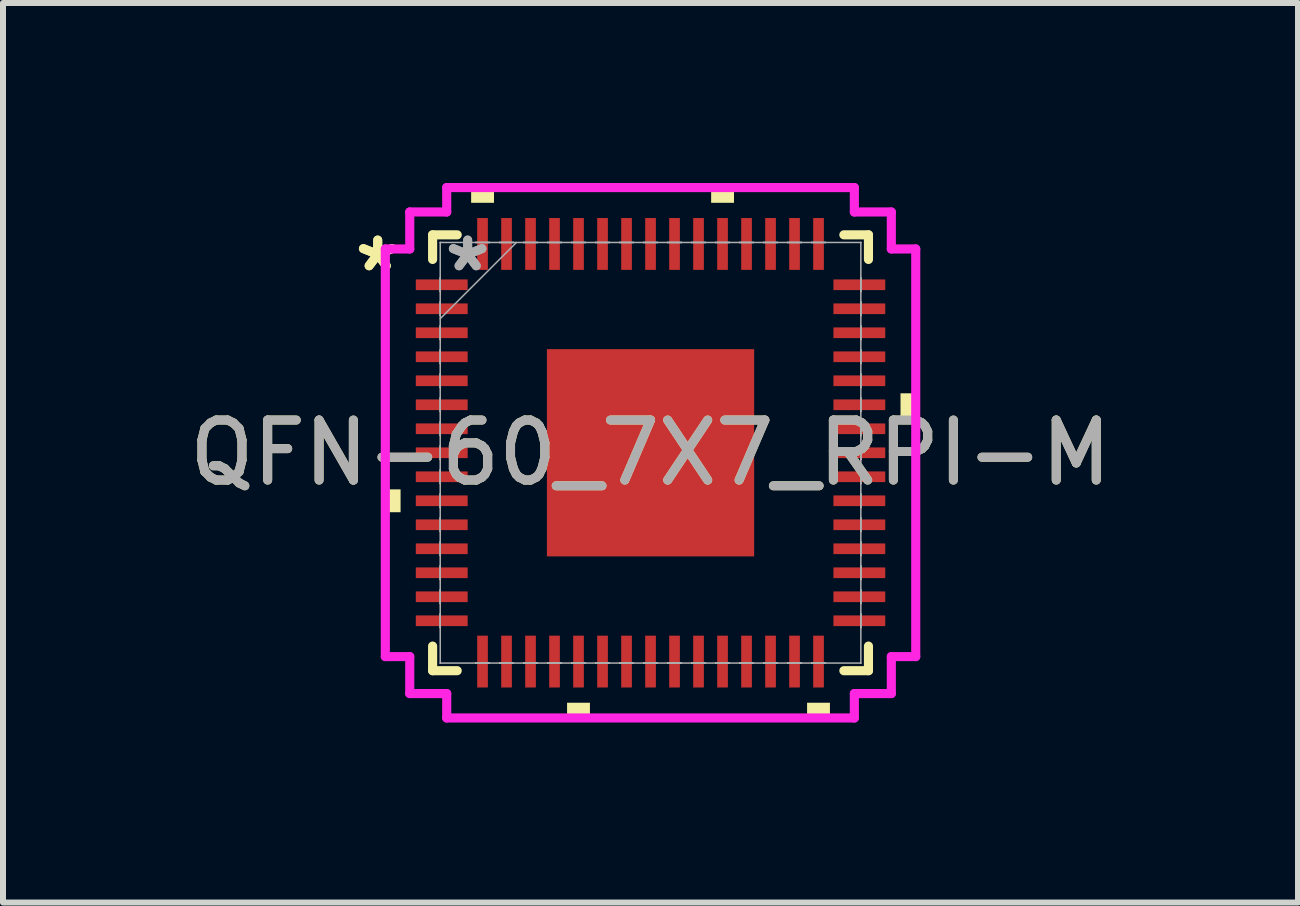
<source format=kicad_pcb>
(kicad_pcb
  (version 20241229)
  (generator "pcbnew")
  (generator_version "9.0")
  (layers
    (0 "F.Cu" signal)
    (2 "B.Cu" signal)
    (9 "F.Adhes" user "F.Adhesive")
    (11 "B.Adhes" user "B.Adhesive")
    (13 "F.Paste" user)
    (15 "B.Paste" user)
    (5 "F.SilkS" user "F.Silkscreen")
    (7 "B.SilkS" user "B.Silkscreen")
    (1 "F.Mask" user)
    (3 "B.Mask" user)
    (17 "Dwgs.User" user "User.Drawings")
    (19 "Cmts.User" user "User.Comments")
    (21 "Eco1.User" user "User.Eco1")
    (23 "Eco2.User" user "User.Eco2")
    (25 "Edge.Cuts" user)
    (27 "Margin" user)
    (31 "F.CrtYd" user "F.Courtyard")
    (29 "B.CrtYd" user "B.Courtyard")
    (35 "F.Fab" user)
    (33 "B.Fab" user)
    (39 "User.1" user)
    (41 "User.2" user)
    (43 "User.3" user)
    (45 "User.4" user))
  (footprint "QFN-60_7X7_RPI-M"
    (layer "F.Cu")
    (at 7.792 4.496)
    (property "Reference" "QFN-60_7X7_RPI-M" (at 0 0 0) (unlocked yes) (layer "F.SilkS") (effects (font (size 1 1) (thickness 0.15))))
    (attr smd)
    (fp_line (start -3.632 -3.632) (end -3.632 -3.222) (stroke (width 0.152) (type solid)) (layer "F.SilkS"))
    (fp_line (start -3.632 3.222) (end -3.632 3.632) (stroke (width 0.152) (type solid)) (layer "F.SilkS"))
    (fp_line (start -3.632 3.632) (end -3.222 3.632) (stroke (width 0.152) (type solid)) (layer "F.SilkS"))
    (fp_line (start -3.222 -3.632) (end -3.632 -3.632) (stroke (width 0.152) (type solid)) (layer "F.SilkS"))
    (fp_line (start 3.222 3.632) (end 3.632 3.632) (stroke (width 0.152) (type solid)) (layer "F.SilkS"))
    (fp_line (start 3.632 -3.632) (end 3.222 -3.632) (stroke (width 0.152) (type solid)) (layer "F.SilkS"))
    (fp_line (start 3.632 -3.222) (end 3.632 -3.632) (stroke (width 0.152) (type solid)) (layer "F.SilkS"))
    (fp_line (start 3.632 3.632) (end 3.632 3.222) (stroke (width 0.152) (type solid)) (layer "F.SilkS"))
    (fp_poly (pts (xy -4.42 0.61) (xy -4.42 0.991) (xy -4.166 0.991) (xy -4.166 0.61)) (stroke (width 0) (type solid)) (fill yes) (layer "F.SilkS"))
    (fp_poly (pts (xy -2.99 -4.166) (xy -2.99 -4.42) (xy -2.609 -4.42) (xy -2.609 -4.166)) (stroke (width 0) (type solid)) (fill yes) (layer "F.SilkS"))
    (fp_poly (pts (xy -1.391 4.166) (xy -1.391 4.42) (xy -1.01 4.42) (xy -1.01 4.166)) (stroke (width 0) (type solid)) (fill yes) (layer "F.SilkS"))
    (fp_poly (pts (xy 1.01 -4.166) (xy 1.01 -4.42) (xy 1.391 -4.42) (xy 1.391 -4.166)) (stroke (width 0) (type solid)) (fill yes) (layer "F.SilkS"))
    (fp_poly (pts (xy 2.609 4.166) (xy 2.609 4.42) (xy 2.99 4.42) (xy 2.99 4.166)) (stroke (width 0) (type solid)) (fill yes) (layer "F.SilkS"))
    (fp_poly (pts (xy 4.42 -0.991) (xy 4.42 -0.61) (xy 4.166 -0.61) (xy 4.166 -0.991)) (stroke (width 0) (type solid)) (fill yes) (layer "F.SilkS"))
    (fp_poly (pts (xy -1.627 -1.627) (xy -1.627 -0.1) (xy -0.1 -0.1) (xy -0.1 -1.627)) (stroke (width 0) (type solid)) (fill yes) (layer "F.Paste"))
    (fp_poly (pts (xy -1.627 0.1) (xy -1.627 1.627) (xy -0.1 1.627) (xy -0.1 0.1)) (stroke (width 0) (type solid)) (fill yes) (layer "F.Paste"))
    (fp_poly (pts (xy 0.1 -1.627) (xy 0.1 -0.1) (xy 1.627 -0.1) (xy 1.627 -1.627)) (stroke (width 0) (type solid)) (fill yes) (layer "F.Paste"))
    (fp_poly (pts (xy 0.1 0.1) (xy 0.1 1.627) (xy 1.627 1.627) (xy 1.627 0.1)) (stroke (width 0) (type solid)) (fill yes) (layer "F.Paste"))
    (fp_line (start -4.42 -3.397) (end -4.013 -3.397) (stroke (width 0.152) (type solid)) (layer "F.CrtYd"))
    (fp_line (start -4.42 3.397) (end -4.42 -3.397) (stroke (width 0.152) (type solid)) (layer "F.CrtYd"))
    (fp_line (start -4.013 -4.013) (end -3.397 -4.013) (stroke (width 0.152) (type solid)) (layer "F.CrtYd"))
    (fp_line (start -4.013 -3.397) (end -4.013 -4.013) (stroke (width 0.152) (type solid)) (layer "F.CrtYd"))
    (fp_line (start -4.013 3.397) (end -4.42 3.397) (stroke (width 0.152) (type solid)) (layer "F.CrtYd"))
    (fp_line (start -4.013 4.013) (end -4.013 3.397) (stroke (width 0.152) (type solid)) (layer "F.CrtYd"))
    (fp_line (start -3.397 -4.42) (end 3.397 -4.42) (stroke (width 0.152) (type solid)) (layer "F.CrtYd"))
    (fp_line (start -3.397 -4.013) (end -3.397 -4.42) (stroke (width 0.152) (type solid)) (layer "F.CrtYd"))
    (fp_line (start -3.397 4.013) (end -4.013 4.013) (stroke (width 0.152) (type solid)) (layer "F.CrtYd"))
    (fp_line (start -3.397 4.42) (end -3.397 4.013) (stroke (width 0.152) (type solid)) (layer "F.CrtYd"))
    (fp_line (start 3.397 -4.42) (end 3.397 -4.013) (stroke (width 0.152) (type solid)) (layer "F.CrtYd"))
    (fp_line (start 3.397 -4.013) (end 4.013 -4.013) (stroke (width 0.152) (type solid)) (layer "F.CrtYd"))
    (fp_line (start 3.397 4.013) (end 3.397 4.42) (stroke (width 0.152) (type solid)) (layer "F.CrtYd"))
    (fp_line (start 3.397 4.42) (end -3.397 4.42) (stroke (width 0.152) (type solid)) (layer "F.CrtYd"))
    (fp_line (start 4.013 -4.013) (end 4.013 -3.397) (stroke (width 0.152) (type solid)) (layer "F.CrtYd"))
    (fp_line (start 4.013 -3.397) (end 4.42 -3.397) (stroke (width 0.152) (type solid)) (layer "F.CrtYd"))
    (fp_line (start 4.013 3.397) (end 4.013 4.013) (stroke (width 0.152) (type solid)) (layer "F.CrtYd"))
    (fp_line (start 4.013 4.013) (end 3.397 4.013) (stroke (width 0.152) (type solid)) (layer "F.CrtYd"))
    (fp_line (start 4.42 -3.397) (end 4.42 3.397) (stroke (width 0.152) (type solid)) (layer "F.CrtYd"))
    (fp_line (start 4.42 3.397) (end 4.013 3.397) (stroke (width 0.152) (type solid)) (layer "F.CrtYd"))
    (fp_line (start -3.505 -3.505) (end -3.505 -3.505) (stroke (width 0.025) (type solid)) (layer "F.Fab"))
    (fp_line (start -3.505 -3.505) (end -3.505 3.505) (stroke (width 0.025) (type solid)) (layer "F.Fab"))
    (fp_line (start -3.505 -2.914) (end -3.505 -2.914) (stroke (width 0.025) (type solid)) (layer "F.Fab"))
    (fp_line (start -3.505 -2.914) (end -3.505 -2.686) (stroke (width 0.025) (type solid)) (layer "F.Fab"))
    (fp_line (start -3.505 -2.686) (end -3.505 -2.914) (stroke (width 0.025) (type solid)) (layer "F.Fab"))
    (fp_line (start -3.505 -2.686) (end -3.505 -2.686) (stroke (width 0.025) (type solid)) (layer "F.Fab"))
    (fp_line (start -3.505 -2.514) (end -3.505 -2.514) (stroke (width 0.025) (type solid)) (layer "F.Fab"))
    (fp_line (start -3.505 -2.514) (end -3.505 -2.286) (stroke (width 0.025) (type solid)) (layer "F.Fab"))
    (fp_line (start -3.505 -2.286) (end -3.505 -2.514) (stroke (width 0.025) (type solid)) (layer "F.Fab"))
    (fp_line (start -3.505 -2.286) (end -3.505 -2.286) (stroke (width 0.025) (type solid)) (layer "F.Fab"))
    (fp_line (start -3.505 -2.235) (end -2.235 -3.505) (stroke (width 0.025) (type solid)) (layer "F.Fab"))
    (fp_line (start -3.505 -2.114) (end -3.505 -2.114) (stroke (width 0.025) (type solid)) (layer "F.Fab"))
    (fp_line (start -3.505 -2.114) (end -3.505 -1.886) (stroke (width 0.025) (type solid)) (layer "F.Fab"))
    (fp_line (start -3.505 -1.886) (end -3.505 -2.114) (stroke (width 0.025) (type solid)) (layer "F.Fab"))
    (fp_line (start -3.505 -1.886) (end -3.505 -1.886) (stroke (width 0.025) (type solid)) (layer "F.Fab"))
    (fp_line (start -3.505 -1.714) (end -3.505 -1.714) (stroke (width 0.025) (type solid)) (layer "F.Fab"))
    (fp_line (start -3.505 -1.714) (end -3.505 -1.486) (stroke (width 0.025) (type solid)) (layer "F.Fab"))
    (fp_line (start -3.505 -1.486) (end -3.505 -1.714) (stroke (width 0.025) (type solid)) (layer "F.Fab"))
    (fp_line (start -3.505 -1.486) (end -3.505 -1.486) (stroke (width 0.025) (type solid)) (layer "F.Fab"))
    (fp_line (start -3.505 -1.314) (end -3.505 -1.314) (stroke (width 0.025) (type solid)) (layer "F.Fab"))
    (fp_line (start -3.505 -1.314) (end -3.505 -1.086) (stroke (width 0.025) (type solid)) (layer "F.Fab"))
    (fp_line (start -3.505 -1.086) (end -3.505 -1.314) (stroke (width 0.025) (type solid)) (layer "F.Fab"))
    (fp_line (start -3.505 -1.086) (end -3.505 -1.086) (stroke (width 0.025) (type solid)) (layer "F.Fab"))
    (fp_line (start -3.505 -0.914) (end -3.505 -0.914) (stroke (width 0.025) (type solid)) (layer "F.Fab"))
    (fp_line (start -3.505 -0.914) (end -3.505 -0.686) (stroke (width 0.025) (type solid)) (layer "F.Fab"))
    (fp_line (start -3.505 -0.686) (end -3.505 -0.914) (stroke (width 0.025) (type solid)) (layer "F.Fab"))
    (fp_line (start -3.505 -0.686) (end -3.505 -0.686) (stroke (width 0.025) (type solid)) (layer "F.Fab"))
    (fp_line (start -3.505 -0.514) (end -3.505 -0.514) (stroke (width 0.025) (type solid)) (layer "F.Fab"))
    (fp_line (start -3.505 -0.514) (end -3.505 -0.286) (stroke (width 0.025) (type solid)) (layer "F.Fab"))
    (fp_line (start -3.505 -0.286) (end -3.505 -0.514) (stroke (width 0.025) (type solid)) (layer "F.Fab"))
    (fp_line (start -3.505 -0.286) (end -3.505 -0.286) (stroke (width 0.025) (type solid)) (layer "F.Fab"))
    (fp_line (start -3.505 -0.114) (end -3.505 -0.114) (stroke (width 0.025) (type solid)) (layer "F.Fab"))
    (fp_line (start -3.505 -0.114) (end -3.505 0.114) (stroke (width 0.025) (type solid)) (layer "F.Fab"))
    (fp_line (start -3.505 0.114) (end -3.505 -0.114) (stroke (width 0.025) (type solid)) (layer "F.Fab"))
    (fp_line (start -3.505 0.114) (end -3.505 0.114) (stroke (width 0.025) (type solid)) (layer "F.Fab"))
    (fp_line (start -3.505 0.286) (end -3.505 0.286) (stroke (width 0.025) (type solid)) (layer "F.Fab"))
    (fp_line (start -3.505 0.286) (end -3.505 0.514) (stroke (width 0.025) (type solid)) (layer "F.Fab"))
    (fp_line (start -3.505 0.514) (end -3.505 0.286) (stroke (width 0.025) (type solid)) (layer "F.Fab"))
    (fp_line (start -3.505 0.514) (end -3.505 0.514) (stroke (width 0.025) (type solid)) (layer "F.Fab"))
    (fp_line (start -3.505 0.686) (end -3.505 0.686) (stroke (width 0.025) (type solid)) (layer "F.Fab"))
    (fp_line (start -3.505 0.686) (end -3.505 0.914) (stroke (width 0.025) (type solid)) (layer "F.Fab"))
    (fp_line (start -3.505 0.914) (end -3.505 0.686) (stroke (width 0.025) (type solid)) (layer "F.Fab"))
    (fp_line (start -3.505 0.914) (end -3.505 0.914) (stroke (width 0.025) (type solid)) (layer "F.Fab"))
    (fp_line (start -3.505 1.086) (end -3.505 1.086) (stroke (width 0.025) (type solid)) (layer "F.Fab"))
    (fp_line (start -3.505 1.086) (end -3.505 1.314) (stroke (width 0.025) (type solid)) (layer "F.Fab"))
    (fp_line (start -3.505 1.314) (end -3.505 1.086) (stroke (width 0.025) (type solid)) (layer "F.Fab"))
    (fp_line (start -3.505 1.314) (end -3.505 1.314) (stroke (width 0.025) (type solid)) (layer "F.Fab"))
    (fp_line (start -3.505 1.486) (end -3.505 1.486) (stroke (width 0.025) (type solid)) (layer "F.Fab"))
    (fp_line (start -3.505 1.486) (end -3.505 1.714) (stroke (width 0.025) (type solid)) (layer "F.Fab"))
    (fp_line (start -3.505 1.714) (end -3.505 1.486) (stroke (width 0.025) (type solid)) (layer "F.Fab"))
    (fp_line (start -3.505 1.714) (end -3.505 1.714) (stroke (width 0.025) (type solid)) (layer "F.Fab"))
    (fp_line (start -3.505 1.886) (end -3.505 1.886) (stroke (width 0.025) (type solid)) (layer "F.Fab"))
    (fp_line (start -3.505 1.886) (end -3.505 2.114) (stroke (width 0.025) (type solid)) (layer "F.Fab"))
    (fp_line (start -3.505 2.114) (end -3.505 1.886) (stroke (width 0.025) (type solid)) (layer "F.Fab"))
    (fp_line (start -3.505 2.114) (end -3.505 2.114) (stroke (width 0.025) (type solid)) (layer "F.Fab"))
    (fp_line (start -3.505 2.286) (end -3.505 2.286) (stroke (width 0.025) (type solid)) (layer "F.Fab"))
    (fp_line (start -3.505 2.286) (end -3.505 2.514) (stroke (width 0.025) (type solid)) (layer "F.Fab"))
    (fp_line (start -3.505 2.514) (end -3.505 2.286) (stroke (width 0.025) (type solid)) (layer "F.Fab"))
    (fp_line (start -3.505 2.514) (end -3.505 2.514) (stroke (width 0.025) (type solid)) (layer "F.Fab"))
    (fp_line (start -3.505 2.686) (end -3.505 2.686) (stroke (width 0.025) (type solid)) (layer "F.Fab"))
    (fp_line (start -3.505 2.686) (end -3.505 2.914) (stroke (width 0.025) (type solid)) (layer "F.Fab"))
    (fp_line (start -3.505 2.914) (end -3.505 2.686) (stroke (width 0.025) (type solid)) (layer "F.Fab"))
    (fp_line (start -3.505 2.914) (end -3.505 2.914) (stroke (width 0.025) (type solid)) (layer "F.Fab"))
    (fp_line (start -3.505 3.505) (end -3.505 3.505) (stroke (width 0.025) (type solid)) (layer "F.Fab"))
    (fp_line (start -3.505 3.505) (end 3.505 3.505) (stroke (width 0.025) (type solid)) (layer "F.Fab"))
    (fp_line (start -2.914 -3.505) (end -2.914 -3.505) (stroke (width 0.025) (type solid)) (layer "F.Fab"))
    (fp_line (start -2.914 -3.505) (end -2.686 -3.505) (stroke (width 0.025) (type solid)) (layer "F.Fab"))
    (fp_line (start -2.914 3.505) (end -2.914 3.505) (stroke (width 0.025) (type solid)) (layer "F.Fab"))
    (fp_line (start -2.914 3.505) (end -2.686 3.505) (stroke (width 0.025) (type solid)) (layer "F.Fab"))
    (fp_line (start -2.686 -3.505) (end -2.914 -3.505) (stroke (width 0.025) (type solid)) (layer "F.Fab"))
    (fp_line (start -2.686 -3.505) (end -2.686 -3.505) (stroke (width 0.025) (type solid)) (layer "F.Fab"))
    (fp_line (start -2.686 3.505) (end -2.914 3.505) (stroke (width 0.025) (type solid)) (layer "F.Fab"))
    (fp_line (start -2.686 3.505) (end -2.686 3.505) (stroke (width 0.025) (type solid)) (layer "F.Fab"))
    (fp_line (start -2.514 -3.505) (end -2.514 -3.505) (stroke (width 0.025) (type solid)) (layer "F.Fab"))
    (fp_line (start -2.514 -3.505) (end -2.286 -3.505) (stroke (width 0.025) (type solid)) (layer "F.Fab"))
    (fp_line (start -2.514 3.505) (end -2.514 3.505) (stroke (width 0.025) (type solid)) (layer "F.Fab"))
    (fp_line (start -2.514 3.505) (end -2.286 3.505) (stroke (width 0.025) (type solid)) (layer "F.Fab"))
    (fp_line (start -2.286 -3.505) (end -2.514 -3.505) (stroke (width 0.025) (type solid)) (layer "F.Fab"))
    (fp_line (start -2.286 -3.505) (end -2.286 -3.505) (stroke (width 0.025) (type solid)) (layer "F.Fab"))
    (fp_line (start -2.286 3.505) (end -2.514 3.505) (stroke (width 0.025) (type solid)) (layer "F.Fab"))
    (fp_line (start -2.286 3.505) (end -2.286 3.505) (stroke (width 0.025) (type solid)) (layer "F.Fab"))
    (fp_line (start -2.114 -3.505) (end -2.114 -3.505) (stroke (width 0.025) (type solid)) (layer "F.Fab"))
    (fp_line (start -2.114 -3.505) (end -1.886 -3.505) (stroke (width 0.025) (type solid)) (layer "F.Fab"))
    (fp_line (start -2.114 3.505) (end -2.114 3.505) (stroke (width 0.025) (type solid)) (layer "F.Fab"))
    (fp_line (start -2.114 3.505) (end -1.886 3.505) (stroke (width 0.025) (type solid)) (layer "F.Fab"))
    (fp_line (start -1.886 -3.505) (end -2.114 -3.505) (stroke (width 0.025) (type solid)) (layer "F.Fab"))
    (fp_line (start -1.886 -3.505) (end -1.886 -3.505) (stroke (width 0.025) (type solid)) (layer "F.Fab"))
    (fp_line (start -1.886 3.505) (end -2.114 3.505) (stroke (width 0.025) (type solid)) (layer "F.Fab"))
    (fp_line (start -1.886 3.505) (end -1.886 3.505) (stroke (width 0.025) (type solid)) (layer "F.Fab"))
    (fp_line (start -1.714 -3.505) (end -1.714 -3.505) (stroke (width 0.025) (type solid)) (layer "F.Fab"))
    (fp_line (start -1.714 -3.505) (end -1.486 -3.505) (stroke (width 0.025) (type solid)) (layer "F.Fab"))
    (fp_line (start -1.714 3.505) (end -1.714 3.505) (stroke (width 0.025) (type solid)) (layer "F.Fab"))
    (fp_line (start -1.714 3.505) (end -1.486 3.505) (stroke (width 0.025) (type solid)) (layer "F.Fab"))
    (fp_line (start -1.486 -3.505) (end -1.714 -3.505) (stroke (width 0.025) (type solid)) (layer "F.Fab"))
    (fp_line (start -1.486 -3.505) (end -1.486 -3.505) (stroke (width 0.025) (type solid)) (layer "F.Fab"))
    (fp_line (start -1.486 3.505) (end -1.714 3.505) (stroke (width 0.025) (type solid)) (layer "F.Fab"))
    (fp_line (start -1.486 3.505) (end -1.486 3.505) (stroke (width 0.025) (type solid)) (layer "F.Fab"))
    (fp_line (start -1.314 -3.505) (end -1.314 -3.505) (stroke (width 0.025) (type solid)) (layer "F.Fab"))
    (fp_line (start -1.314 -3.505) (end -1.086 -3.505) (stroke (width 0.025) (type solid)) (layer "F.Fab"))
    (fp_line (start -1.314 3.505) (end -1.314 3.505) (stroke (width 0.025) (type solid)) (layer "F.Fab"))
    (fp_line (start -1.314 3.505) (end -1.086 3.505) (stroke (width 0.025) (type solid)) (layer "F.Fab"))
    (fp_line (start -1.086 -3.505) (end -1.314 -3.505) (stroke (width 0.025) (type solid)) (layer "F.Fab"))
    (fp_line (start -1.086 -3.505) (end -1.086 -3.505) (stroke (width 0.025) (type solid)) (layer "F.Fab"))
    (fp_line (start -1.086 3.505) (end -1.314 3.505) (stroke (width 0.025) (type solid)) (layer "F.Fab"))
    (fp_line (start -1.086 3.505) (end -1.086 3.505) (stroke (width 0.025) (type solid)) (layer "F.Fab"))
    (fp_line (start -0.914 -3.505) (end -0.914 -3.505) (stroke (width 0.025) (type solid)) (layer "F.Fab"))
    (fp_line (start -0.914 -3.505) (end -0.686 -3.505) (stroke (width 0.025) (type solid)) (layer "F.Fab"))
    (fp_line (start -0.914 3.505) (end -0.914 3.505) (stroke (width 0.025) (type solid)) (layer "F.Fab"))
    (fp_line (start -0.914 3.505) (end -0.686 3.505) (stroke (width 0.025) (type solid)) (layer "F.Fab"))
    (fp_line (start -0.686 -3.505) (end -0.914 -3.505) (stroke (width 0.025) (type solid)) (layer "F.Fab"))
    (fp_line (start -0.686 -3.505) (end -0.686 -3.505) (stroke (width 0.025) (type solid)) (layer "F.Fab"))
    (fp_line (start -0.686 3.505) (end -0.914 3.505) (stroke (width 0.025) (type solid)) (layer "F.Fab"))
    (fp_line (start -0.686 3.505) (end -0.686 3.505) (stroke (width 0.025) (type solid)) (layer "F.Fab"))
    (fp_line (start -0.514 -3.505) (end -0.514 -3.505) (stroke (width 0.025) (type solid)) (layer "F.Fab"))
    (fp_line (start -0.514 -3.505) (end -0.286 -3.505) (stroke (width 0.025) (type solid)) (layer "F.Fab"))
    (fp_line (start -0.514 3.505) (end -0.514 3.505) (stroke (width 0.025) (type solid)) (layer "F.Fab"))
    (fp_line (start -0.514 3.505) (end -0.286 3.505) (stroke (width 0.025) (type solid)) (layer "F.Fab"))
    (fp_line (start -0.286 -3.505) (end -0.514 -3.505) (stroke (width 0.025) (type solid)) (layer "F.Fab"))
    (fp_line (start -0.286 -3.505) (end -0.286 -3.505) (stroke (width 0.025) (type solid)) (layer "F.Fab"))
    (fp_line (start -0.286 3.505) (end -0.514 3.505) (stroke (width 0.025) (type solid)) (layer "F.Fab"))
    (fp_line (start -0.286 3.505) (end -0.286 3.505) (stroke (width 0.025) (type solid)) (layer "F.Fab"))
    (fp_line (start -0.114 -3.505) (end -0.114 -3.505) (stroke (width 0.025) (type solid)) (layer "F.Fab"))
    (fp_line (start -0.114 -3.505) (end 0.114 -3.505) (stroke (width 0.025) (type solid)) (layer "F.Fab"))
    (fp_line (start -0.114 3.505) (end -0.114 3.505) (stroke (width 0.025) (type solid)) (layer "F.Fab"))
    (fp_line (start -0.114 3.505) (end 0.114 3.505) (stroke (width 0.025) (type solid)) (layer "F.Fab"))
    (fp_line (start 0.114 -3.505) (end -0.114 -3.505) (stroke (width 0.025) (type solid)) (layer "F.Fab"))
    (fp_line (start 0.114 -3.505) (end 0.114 -3.505) (stroke (width 0.025) (type solid)) (layer "F.Fab"))
    (fp_line (start 0.114 3.505) (end -0.114 3.505) (stroke (width 0.025) (type solid)) (layer "F.Fab"))
    (fp_line (start 0.114 3.505) (end 0.114 3.505) (stroke (width 0.025) (type solid)) (layer "F.Fab"))
    (fp_line (start 0.286 -3.505) (end 0.286 -3.505) (stroke (width 0.025) (type solid)) (layer "F.Fab"))
    (fp_line (start 0.286 -3.505) (end 0.514 -3.505) (stroke (width 0.025) (type solid)) (layer "F.Fab"))
    (fp_line (start 0.286 3.505) (end 0.286 3.505) (stroke (width 0.025) (type solid)) (layer "F.Fab"))
    (fp_line (start 0.286 3.505) (end 0.514 3.505) (stroke (width 0.025) (type solid)) (layer "F.Fab"))
    (fp_line (start 0.514 -3.505) (end 0.286 -3.505) (stroke (width 0.025) (type solid)) (layer "F.Fab"))
    (fp_line (start 0.514 -3.505) (end 0.514 -3.505) (stroke (width 0.025) (type solid)) (layer "F.Fab"))
    (fp_line (start 0.514 3.505) (end 0.286 3.505) (stroke (width 0.025) (type solid)) (layer "F.Fab"))
    (fp_line (start 0.514 3.505) (end 0.514 3.505) (stroke (width 0.025) (type solid)) (layer "F.Fab"))
    (fp_line (start 0.686 -3.505) (end 0.686 -3.505) (stroke (width 0.025) (type solid)) (layer "F.Fab"))
    (fp_line (start 0.686 -3.505) (end 0.914 -3.505) (stroke (width 0.025) (type solid)) (layer "F.Fab"))
    (fp_line (start 0.686 3.505) (end 0.686 3.505) (stroke (width 0.025) (type solid)) (layer "F.Fab"))
    (fp_line (start 0.686 3.505) (end 0.914 3.505) (stroke (width 0.025) (type solid)) (layer "F.Fab"))
    (fp_line (start 0.914 -3.505) (end 0.686 -3.505) (stroke (width 0.025) (type solid)) (layer "F.Fab"))
    (fp_line (start 0.914 -3.505) (end 0.914 -3.505) (stroke (width 0.025) (type solid)) (layer "F.Fab"))
    (fp_line (start 0.914 3.505) (end 0.686 3.505) (stroke (width 0.025) (type solid)) (layer "F.Fab"))
    (fp_line (start 0.914 3.505) (end 0.914 3.505) (stroke (width 0.025) (type solid)) (layer "F.Fab"))
    (fp_line (start 1.086 -3.505) (end 1.086 -3.505) (stroke (width 0.025) (type solid)) (layer "F.Fab"))
    (fp_line (start 1.086 -3.505) (end 1.314 -3.505) (stroke (width 0.025) (type solid)) (layer "F.Fab"))
    (fp_line (start 1.086 3.505) (end 1.086 3.505) (stroke (width 0.025) (type solid)) (layer "F.Fab"))
    (fp_line (start 1.086 3.505) (end 1.314 3.505) (stroke (width 0.025) (type solid)) (layer "F.Fab"))
    (fp_line (start 1.314 -3.505) (end 1.086 -3.505) (stroke (width 0.025) (type solid)) (layer "F.Fab"))
    (fp_line (start 1.314 -3.505) (end 1.314 -3.505) (stroke (width 0.025) (type solid)) (layer "F.Fab"))
    (fp_line (start 1.314 3.505) (end 1.086 3.505) (stroke (width 0.025) (type solid)) (layer "F.Fab"))
    (fp_line (start 1.314 3.505) (end 1.314 3.505) (stroke (width 0.025) (type solid)) (layer "F.Fab"))
    (fp_line (start 1.486 -3.505) (end 1.486 -3.505) (stroke (width 0.025) (type solid)) (layer "F.Fab"))
    (fp_line (start 1.486 -3.505) (end 1.714 -3.505) (stroke (width 0.025) (type solid)) (layer "F.Fab"))
    (fp_line (start 1.486 3.505) (end 1.486 3.505) (stroke (width 0.025) (type solid)) (layer "F.Fab"))
    (fp_line (start 1.486 3.505) (end 1.714 3.505) (stroke (width 0.025) (type solid)) (layer "F.Fab"))
    (fp_line (start 1.714 -3.505) (end 1.486 -3.505) (stroke (width 0.025) (type solid)) (layer "F.Fab"))
    (fp_line (start 1.714 -3.505) (end 1.714 -3.505) (stroke (width 0.025) (type solid)) (layer "F.Fab"))
    (fp_line (start 1.714 3.505) (end 1.486 3.505) (stroke (width 0.025) (type solid)) (layer "F.Fab"))
    (fp_line (start 1.714 3.505) (end 1.714 3.505) (stroke (width 0.025) (type solid)) (layer "F.Fab"))
    (fp_line (start 1.886 -3.505) (end 1.886 -3.505) (stroke (width 0.025) (type solid)) (layer "F.Fab"))
    (fp_line (start 1.886 -3.505) (end 2.114 -3.505) (stroke (width 0.025) (type solid)) (layer "F.Fab"))
    (fp_line (start 1.886 3.505) (end 1.886 3.505) (stroke (width 0.025) (type solid)) (layer "F.Fab"))
    (fp_line (start 1.886 3.505) (end 2.114 3.505) (stroke (width 0.025) (type solid)) (layer "F.Fab"))
    (fp_line (start 2.114 -3.505) (end 1.886 -3.505) (stroke (width 0.025) (type solid)) (layer "F.Fab"))
    (fp_line (start 2.114 -3.505) (end 2.114 -3.505) (stroke (width 0.025) (type solid)) (layer "F.Fab"))
    (fp_line (start 2.114 3.505) (end 1.886 3.505) (stroke (width 0.025) (type solid)) (layer "F.Fab"))
    (fp_line (start 2.114 3.505) (end 2.114 3.505) (stroke (width 0.025) (type solid)) (layer "F.Fab"))
    (fp_line (start 2.286 -3.505) (end 2.286 -3.505) (stroke (width 0.025) (type solid)) (layer "F.Fab"))
    (fp_line (start 2.286 -3.505) (end 2.514 -3.505) (stroke (width 0.025) (type solid)) (layer "F.Fab"))
    (fp_line (start 2.286 3.505) (end 2.286 3.505) (stroke (width 0.025) (type solid)) (layer "F.Fab"))
    (fp_line (start 2.286 3.505) (end 2.514 3.505) (stroke (width 0.025) (type solid)) (layer "F.Fab"))
    (fp_line (start 2.514 -3.505) (end 2.286 -3.505) (stroke (width 0.025) (type solid)) (layer "F.Fab"))
    (fp_line (start 2.514 -3.505) (end 2.514 -3.505) (stroke (width 0.025) (type solid)) (layer "F.Fab"))
    (fp_line (start 2.514 3.505) (end 2.286 3.505) (stroke (width 0.025) (type solid)) (layer "F.Fab"))
    (fp_line (start 2.514 3.505) (end 2.514 3.505) (stroke (width 0.025) (type solid)) (layer "F.Fab"))
    (fp_line (start 2.686 -3.505) (end 2.686 -3.505) (stroke (width 0.025) (type solid)) (layer "F.Fab"))
    (fp_line (start 2.686 -3.505) (end 2.914 -3.505) (stroke (width 0.025) (type solid)) (layer "F.Fab"))
    (fp_line (start 2.686 3.505) (end 2.686 3.505) (stroke (width 0.025) (type solid)) (layer "F.Fab"))
    (fp_line (start 2.686 3.505) (end 2.914 3.505) (stroke (width 0.025) (type solid)) (layer "F.Fab"))
    (fp_line (start 2.914 -3.505) (end 2.686 -3.505) (stroke (width 0.025) (type solid)) (layer "F.Fab"))
    (fp_line (start 2.914 -3.505) (end 2.914 -3.505) (stroke (width 0.025) (type solid)) (layer "F.Fab"))
    (fp_line (start 2.914 3.505) (end 2.686 3.505) (stroke (width 0.025) (type solid)) (layer "F.Fab"))
    (fp_line (start 2.914 3.505) (end 2.914 3.505) (stroke (width 0.025) (type solid)) (layer "F.Fab"))
    (fp_line (start 3.505 -3.505) (end -3.505 -3.505) (stroke (width 0.025) (type solid)) (layer "F.Fab"))
    (fp_line (start 3.505 -3.505) (end 3.505 -3.505) (stroke (width 0.025) (type solid)) (layer "F.Fab"))
    (fp_line (start 3.505 -2.914) (end 3.505 -2.914) (stroke (width 0.025) (type solid)) (layer "F.Fab"))
    (fp_line (start 3.505 -2.914) (end 3.505 -2.686) (stroke (width 0.025) (type solid)) (layer "F.Fab"))
    (fp_line (start 3.505 -2.686) (end 3.505 -2.914) (stroke (width 0.025) (type solid)) (layer "F.Fab"))
    (fp_line (start 3.505 -2.686) (end 3.505 -2.686) (stroke (width 0.025) (type solid)) (layer "F.Fab"))
    (fp_line (start 3.505 -2.514) (end 3.505 -2.514) (stroke (width 0.025) (type solid)) (layer "F.Fab"))
    (fp_line (start 3.505 -2.514) (end 3.505 -2.286) (stroke (width 0.025) (type solid)) (layer "F.Fab"))
    (fp_line (start 3.505 -2.286) (end 3.505 -2.514) (stroke (width 0.025) (type solid)) (layer "F.Fab"))
    (fp_line (start 3.505 -2.286) (end 3.505 -2.286) (stroke (width 0.025) (type solid)) (layer "F.Fab"))
    (fp_line (start 3.505 -2.114) (end 3.505 -2.114) (stroke (width 0.025) (type solid)) (layer "F.Fab"))
    (fp_line (start 3.505 -2.114) (end 3.505 -1.886) (stroke (width 0.025) (type solid)) (layer "F.Fab"))
    (fp_line (start 3.505 -1.886) (end 3.505 -2.114) (stroke (width 0.025) (type solid)) (layer "F.Fab"))
    (fp_line (start 3.505 -1.886) (end 3.505 -1.886) (stroke (width 0.025) (type solid)) (layer "F.Fab"))
    (fp_line (start 3.505 -1.714) (end 3.505 -1.714) (stroke (width 0.025) (type solid)) (layer "F.Fab"))
    (fp_line (start 3.505 -1.714) (end 3.505 -1.486) (stroke (width 0.025) (type solid)) (layer "F.Fab"))
    (fp_line (start 3.505 -1.486) (end 3.505 -1.714) (stroke (width 0.025) (type solid)) (layer "F.Fab"))
    (fp_line (start 3.505 -1.486) (end 3.505 -1.486) (stroke (width 0.025) (type solid)) (layer "F.Fab"))
    (fp_line (start 3.505 -1.314) (end 3.505 -1.314) (stroke (width 0.025) (type solid)) (layer "F.Fab"))
    (fp_line (start 3.505 -1.314) (end 3.505 -1.086) (stroke (width 0.025) (type solid)) (layer "F.Fab"))
    (fp_line (start 3.505 -1.086) (end 3.505 -1.314) (stroke (width 0.025) (type solid)) (layer "F.Fab"))
    (fp_line (start 3.505 -1.086) (end 3.505 -1.086) (stroke (width 0.025) (type solid)) (layer "F.Fab"))
    (fp_line (start 3.505 -0.914) (end 3.505 -0.914) (stroke (width 0.025) (type solid)) (layer "F.Fab"))
    (fp_line (start 3.505 -0.914) (end 3.505 -0.686) (stroke (width 0.025) (type solid)) (layer "F.Fab"))
    (fp_line (start 3.505 -0.686) (end 3.505 -0.914) (stroke (width 0.025) (type solid)) (layer "F.Fab"))
    (fp_line (start 3.505 -0.686) (end 3.505 -0.686) (stroke (width 0.025) (type solid)) (layer "F.Fab"))
    (fp_line (start 3.505 -0.514) (end 3.505 -0.514) (stroke (width 0.025) (type solid)) (layer "F.Fab"))
    (fp_line (start 3.505 -0.514) (end 3.505 -0.286) (stroke (width 0.025) (type solid)) (layer "F.Fab"))
    (fp_line (start 3.505 -0.286) (end 3.505 -0.514) (stroke (width 0.025) (type solid)) (layer "F.Fab"))
    (fp_line (start 3.505 -0.286) (end 3.505 -0.286) (stroke (width 0.025) (type solid)) (layer "F.Fab"))
    (fp_line (start 3.505 -0.114) (end 3.505 -0.114) (stroke (width 0.025) (type solid)) (layer "F.Fab"))
    (fp_line (start 3.505 -0.114) (end 3.505 0.114) (stroke (width 0.025) (type solid)) (layer "F.Fab"))
    (fp_line (start 3.505 0.114) (end 3.505 -0.114) (stroke (width 0.025) (type solid)) (layer "F.Fab"))
    (fp_line (start 3.505 0.114) (end 3.505 0.114) (stroke (width 0.025) (type solid)) (layer "F.Fab"))
    (fp_line (start 3.505 0.286) (end 3.505 0.286) (stroke (width 0.025) (type solid)) (layer "F.Fab"))
    (fp_line (start 3.505 0.286) (end 3.505 0.514) (stroke (width 0.025) (type solid)) (layer "F.Fab"))
    (fp_line (start 3.505 0.514) (end 3.505 0.286) (stroke (width 0.025) (type solid)) (layer "F.Fab"))
    (fp_line (start 3.505 0.514) (end 3.505 0.514) (stroke (width 0.025) (type solid)) (layer "F.Fab"))
    (fp_line (start 3.505 0.686) (end 3.505 0.686) (stroke (width 0.025) (type solid)) (layer "F.Fab"))
    (fp_line (start 3.505 0.686) (end 3.505 0.914) (stroke (width 0.025) (type solid)) (layer "F.Fab"))
    (fp_line (start 3.505 0.914) (end 3.505 0.686) (stroke (width 0.025) (type solid)) (layer "F.Fab"))
    (fp_line (start 3.505 0.914) (end 3.505 0.914) (stroke (width 0.025) (type solid)) (layer "F.Fab"))
    (fp_line (start 3.505 1.086) (end 3.505 1.086) (stroke (width 0.025) (type solid)) (layer "F.Fab"))
    (fp_line (start 3.505 1.086) (end 3.505 1.314) (stroke (width 0.025) (type solid)) (layer "F.Fab"))
    (fp_line (start 3.505 1.314) (end 3.505 1.086) (stroke (width 0.025) (type solid)) (layer "F.Fab"))
    (fp_line (start 3.505 1.314) (end 3.505 1.314) (stroke (width 0.025) (type solid)) (layer "F.Fab"))
    (fp_line (start 3.505 1.486) (end 3.505 1.486) (stroke (width 0.025) (type solid)) (layer "F.Fab"))
    (fp_line (start 3.505 1.486) (end 3.505 1.714) (stroke (width 0.025) (type solid)) (layer "F.Fab"))
    (fp_line (start 3.505 1.714) (end 3.505 1.486) (stroke (width 0.025) (type solid)) (layer "F.Fab"))
    (fp_line (start 3.505 1.714) (end 3.505 1.714) (stroke (width 0.025) (type solid)) (layer "F.Fab"))
    (fp_line (start 3.505 1.886) (end 3.505 1.886) (stroke (width 0.025) (type solid)) (layer "F.Fab"))
    (fp_line (start 3.505 1.886) (end 3.505 2.114) (stroke (width 0.025) (type solid)) (layer "F.Fab"))
    (fp_line (start 3.505 2.114) (end 3.505 1.886) (stroke (width 0.025) (type solid)) (layer "F.Fab"))
    (fp_line (start 3.505 2.114) (end 3.505 2.114) (stroke (width 0.025) (type solid)) (layer "F.Fab"))
    (fp_line (start 3.505 2.286) (end 3.505 2.286) (stroke (width 0.025) (type solid)) (layer "F.Fab"))
    (fp_line (start 3.505 2.286) (end 3.505 2.514) (stroke (width 0.025) (type solid)) (layer "F.Fab"))
    (fp_line (start 3.505 2.514) (end 3.505 2.286) (stroke (width 0.025) (type solid)) (layer "F.Fab"))
    (fp_line (start 3.505 2.514) (end 3.505 2.514) (stroke (width 0.025) (type solid)) (layer "F.Fab"))
    (fp_line (start 3.505 2.686) (end 3.505 2.686) (stroke (width 0.025) (type solid)) (layer "F.Fab"))
    (fp_line (start 3.505 2.686) (end 3.505 2.914) (stroke (width 0.025) (type solid)) (layer "F.Fab"))
    (fp_line (start 3.505 2.914) (end 3.505 2.686) (stroke (width 0.025) (type solid)) (layer "F.Fab"))
    (fp_line (start 3.505 2.914) (end 3.505 2.914) (stroke (width 0.025) (type solid)) (layer "F.Fab"))
    (fp_line (start 3.505 3.505) (end 3.505 -3.505) (stroke (width 0.025) (type solid)) (layer "F.Fab"))
    (fp_line (start 3.505 3.505) (end 3.505 3.505) (stroke (width 0.025) (type solid)) (layer "F.Fab"))
    (fp_text user "*" (at -4.547 -3 0) (unlocked yes) (layer "F.SilkS") (effects (font (size 1 1) (thickness 0.15))))
    (fp_text user "*" (at -4.547 -3 0) (layer "F.SilkS") (effects (font (size 1 1) (thickness 0.15))))
    (fp_text user "${REFERENCE}" (at 0 0 0) (unlocked yes) (layer "F.Fab") (effects (font (size 1 1) (thickness 0.15))))
    (fp_text user "*" (at -3.048 -3 0) (unlocked yes) (layer "F.Fab") (effects (font (size 1 1) (thickness 0.15))))
    (fp_text user "*" (at -3.048 -3 0) (layer "F.Fab") (effects (font (size 1 1) (thickness 0.15))))
    (pad "1" smd rect (at -3.48 -2.8 90) (size 0.178 0.864) (layers "F.Cu" "F.Mask" "F.Paste"))
    (pad "2" smd rect (at -3.48 -2.4 90) (size 0.178 0.864) (layers "F.Cu" "F.Mask" "F.Paste"))
    (pad "3" smd rect (at -3.48 -2 90) (size 0.178 0.864) (layers "F.Cu" "F.Mask" "F.Paste"))
    (pad "4" smd rect (at -3.48 -1.6 90) (size 0.178 0.864) (layers "F.Cu" "F.Mask" "F.Paste"))
    (pad "5" smd rect (at -3.48 -1.2 90) (size 0.178 0.864) (layers "F.Cu" "F.Mask" "F.Paste"))
    (pad "6" smd rect (at -3.48 -0.8 90) (size 0.178 0.864) (layers "F.Cu" "F.Mask" "F.Paste"))
    (pad "7" smd rect (at -3.48 -0.4 90) (size 0.178 0.864) (layers "F.Cu" "F.Mask" "F.Paste"))
    (pad "8" smd rect (at -3.48 0 90) (size 0.178 0.864) (layers "F.Cu" "F.Mask" "F.Paste"))
    (pad "9" smd rect (at -3.48 0.4 90) (size 0.178 0.864) (layers "F.Cu" "F.Mask" "F.Paste"))
    (pad "10" smd rect (at -3.48 0.8 90) (size 0.178 0.864) (layers "F.Cu" "F.Mask" "F.Paste"))
    (pad "11" smd rect (at -3.48 1.2 90) (size 0.178 0.864) (layers "F.Cu" "F.Mask" "F.Paste"))
    (pad "12" smd rect (at -3.48 1.6 90) (size 0.178 0.864) (layers "F.Cu" "F.Mask" "F.Paste"))
    (pad "13" smd rect (at -3.48 2 90) (size 0.178 0.864) (layers "F.Cu" "F.Mask" "F.Paste"))
    (pad "14" smd rect (at -3.48 2.4 90) (size 0.178 0.864) (layers "F.Cu" "F.Mask" "F.Paste"))
    (pad "15" smd rect (at -3.48 2.8 90) (size 0.178 0.864) (layers "F.Cu" "F.Mask" "F.Paste"))
    (pad "16" smd rect (at -2.8 3.48) (size 0.178 0.864) (layers "F.Cu" "F.Mask" "F.Paste"))
    (pad "17" smd rect (at -2.4 3.48) (size 0.178 0.864) (layers "F.Cu" "F.Mask" "F.Paste"))
    (pad "18" smd rect (at -2 3.48) (size 0.178 0.864) (layers "F.Cu" "F.Mask" "F.Paste"))
    (pad "19" smd rect (at -1.6 3.48) (size 0.178 0.864) (layers "F.Cu" "F.Mask" "F.Paste"))
    (pad "20" smd rect (at -1.2 3.48) (size 0.178 0.864) (layers "F.Cu" "F.Mask" "F.Paste"))
    (pad "21" smd rect (at -0.8 3.48) (size 0.178 0.864) (layers "F.Cu" "F.Mask" "F.Paste"))
    (pad "22" smd rect (at -0.4 3.48) (size 0.178 0.864) (layers "F.Cu" "F.Mask" "F.Paste"))
    (pad "23" smd rect (at 0 3.48) (size 0.178 0.864) (layers "F.Cu" "F.Mask" "F.Paste"))
    (pad "24" smd rect (at 0.4 3.48) (size 0.178 0.864) (layers "F.Cu" "F.Mask" "F.Paste"))
    (pad "25" smd rect (at 0.8 3.48) (size 0.178 0.864) (layers "F.Cu" "F.Mask" "F.Paste"))
    (pad "26" smd rect (at 1.2 3.48) (size 0.178 0.864) (layers "F.Cu" "F.Mask" "F.Paste"))
    (pad "27" smd rect (at 1.6 3.48) (size 0.178 0.864) (layers "F.Cu" "F.Mask" "F.Paste"))
    (pad "28" smd rect (at 2 3.48) (size 0.178 0.864) (layers "F.Cu" "F.Mask" "F.Paste"))
    (pad "29" smd rect (at 2.4 3.48) (size 0.178 0.864) (layers "F.Cu" "F.Mask" "F.Paste"))
    (pad "30" smd rect (at 2.8 3.48) (size 0.178 0.864) (layers "F.Cu" "F.Mask" "F.Paste"))
    (pad "31" smd rect (at 3.48 2.8 90) (size 0.178 0.864) (layers "F.Cu" "F.Mask" "F.Paste"))
    (pad "32" smd rect (at 3.48 2.4 90) (size 0.178 0.864) (layers "F.Cu" "F.Mask" "F.Paste"))
    (pad "33" smd rect (at 3.48 2 90) (size 0.178 0.864) (layers "F.Cu" "F.Mask" "F.Paste"))
    (pad "34" smd rect (at 3.48 1.6 90) (size 0.178 0.864) (layers "F.Cu" "F.Mask" "F.Paste"))
    (pad "35" smd rect (at 3.48 1.2 90) (size 0.178 0.864) (layers "F.Cu" "F.Mask" "F.Paste"))
    (pad "36" smd rect (at 3.48 0.8 90) (size 0.178 0.864) (layers "F.Cu" "F.Mask" "F.Paste"))
    (pad "37" smd rect (at 3.48 0.4 90) (size 0.178 0.864) (layers "F.Cu" "F.Mask" "F.Paste"))
    (pad "38" smd rect (at 3.48 0 90) (size 0.178 0.864) (layers "F.Cu" "F.Mask" "F.Paste"))
    (pad "39" smd rect (at 3.48 -0.4 90) (size 0.178 0.864) (layers "F.Cu" "F.Mask" "F.Paste"))
    (pad "40" smd rect (at 3.48 -0.8 90) (size 0.178 0.864) (layers "F.Cu" "F.Mask" "F.Paste"))
    (pad "41" smd rect (at 3.48 -1.2 90) (size 0.178 0.864) (layers "F.Cu" "F.Mask" "F.Paste"))
    (pad "42" smd rect (at 3.48 -1.6 90) (size 0.178 0.864) (layers "F.Cu" "F.Mask" "F.Paste"))
    (pad "43" smd rect (at 3.48 -2 90) (size 0.178 0.864) (layers "F.Cu" "F.Mask" "F.Paste"))
    (pad "44" smd rect (at 3.48 -2.4 90) (size 0.178 0.864) (layers "F.Cu" "F.Mask" "F.Paste"))
    (pad "45" smd rect (at 3.48 -2.8 90) (size 0.178 0.864) (layers "F.Cu" "F.Mask" "F.Paste"))
    (pad "46" smd rect (at 2.8 -3.48) (size 0.178 0.864) (layers "F.Cu" "F.Mask" "F.Paste"))
    (pad "47" smd rect (at 2.4 -3.48) (size 0.178 0.864) (layers "F.Cu" "F.Mask" "F.Paste"))
    (pad "48" smd rect (at 2 -3.48) (size 0.178 0.864) (layers "F.Cu" "F.Mask" "F.Paste"))
    (pad "49" smd rect (at 1.6 -3.48) (size 0.178 0.864) (layers "F.Cu" "F.Mask" "F.Paste"))
    (pad "50" smd rect (at 1.2 -3.48) (size 0.178 0.864) (layers "F.Cu" "F.Mask" "F.Paste"))
    (pad "51" smd rect (at 0.8 -3.48) (size 0.178 0.864) (layers "F.Cu" "F.Mask" "F.Paste"))
    (pad "52" smd rect (at 0.4 -3.48) (size 0.178 0.864) (layers "F.Cu" "F.Mask" "F.Paste"))
    (pad "53" smd rect (at 0 -3.48) (size 0.178 0.864) (layers "F.Cu" "F.Mask" "F.Paste"))
    (pad "54" smd rect (at -0.4 -3.48) (size 0.178 0.864) (layers "F.Cu" "F.Mask" "F.Paste"))
    (pad "55" smd rect (at -0.8 -3.48) (size 0.178 0.864) (layers "F.Cu" "F.Mask" "F.Paste"))
    (pad "56" smd rect (at -1.2 -3.48) (size 0.178 0.864) (layers "F.Cu" "F.Mask" "F.Paste"))
    (pad "57" smd rect (at -1.6 -3.48) (size 0.178 0.864) (layers "F.Cu" "F.Mask" "F.Paste"))
    (pad "58" smd rect (at -2 -3.48) (size 0.178 0.864) (layers "F.Cu" "F.Mask" "F.Paste"))
    (pad "59" smd rect (at -2.4 -3.48) (size 0.178 0.864) (layers "F.Cu" "F.Mask" "F.Paste"))
    (pad "60" smd rect (at -2.8 -3.48) (size 0.178 0.864) (layers "F.Cu" "F.Mask" "F.Paste"))
    (pad "61" smd rect (at 0 0) (size 3.454 3.454) (layers "F.Cu" "F.Mask" "F.Paste")))
  (gr_rect
    (start -3 -3)
    (end 18.583 11.992)
    (stroke (width 0.1) (type default))
    (fill no)
    (layer "Edge.Cuts")))
</source>
